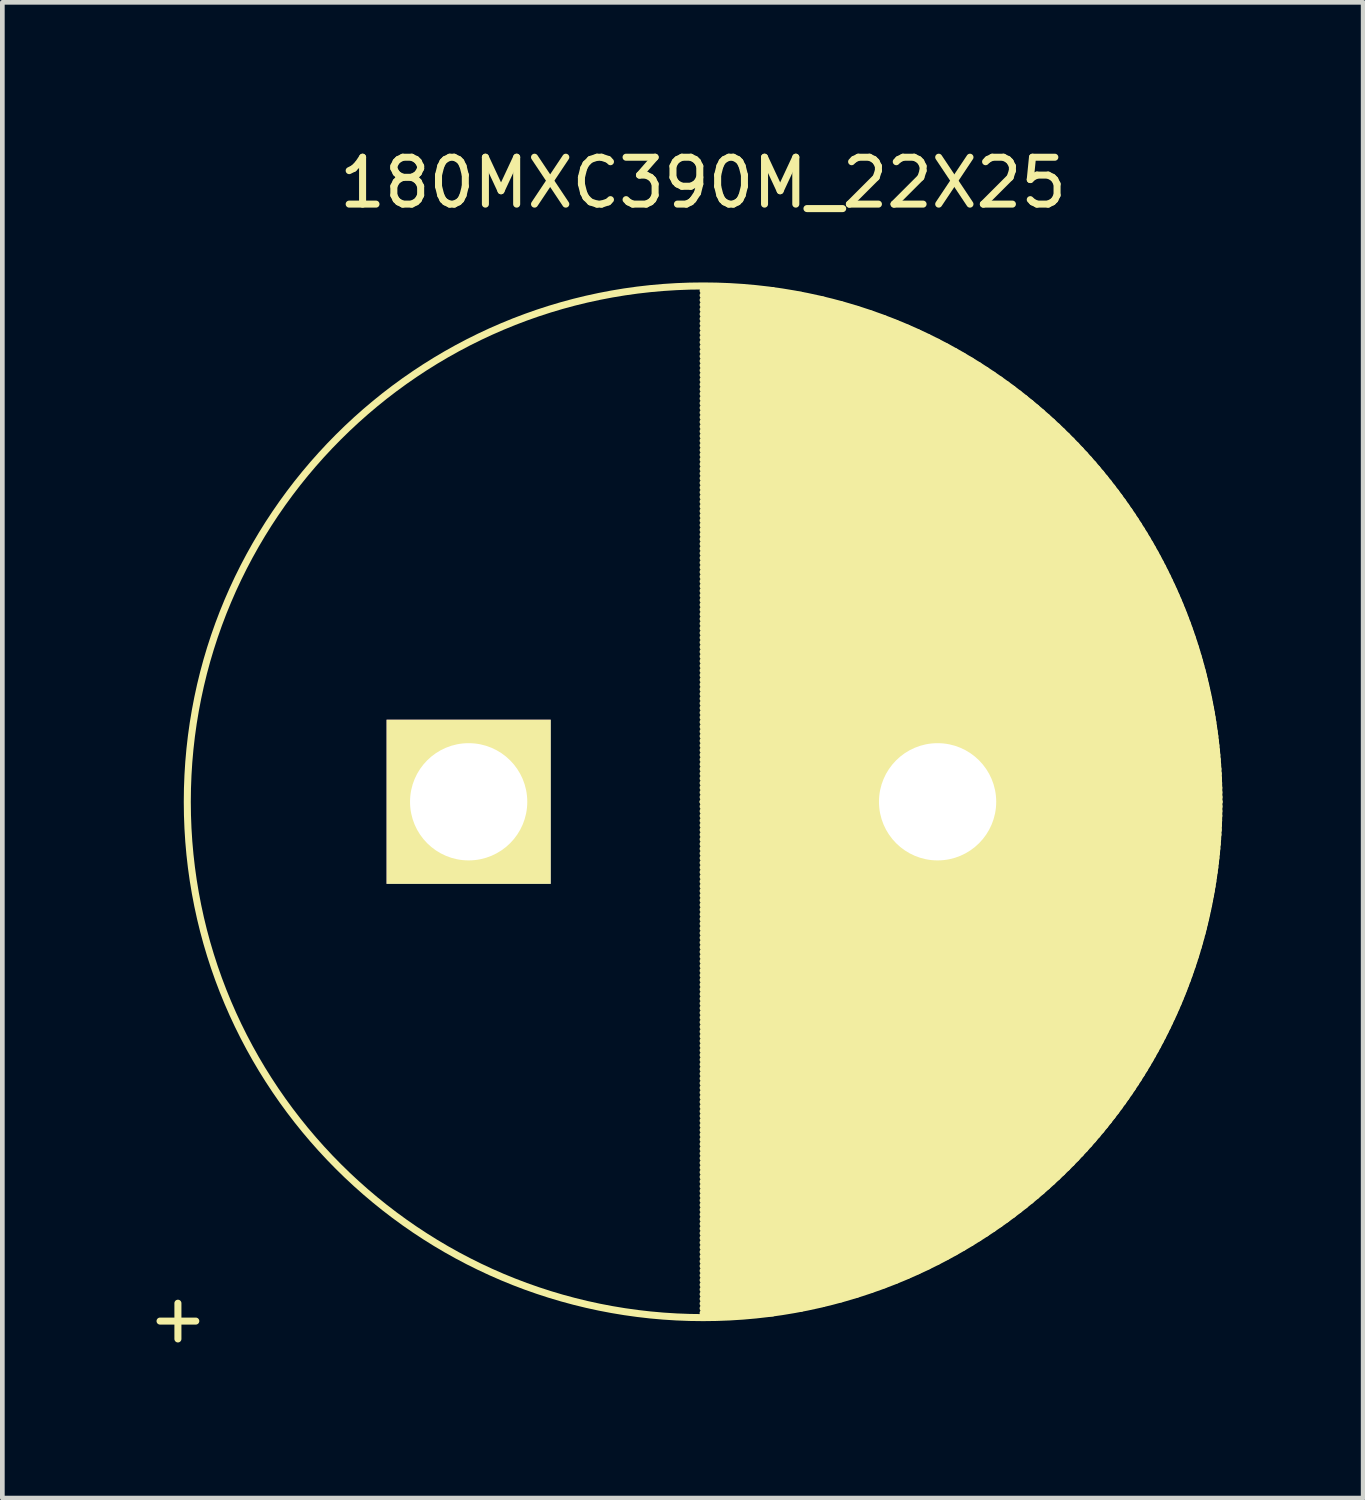
<source format=kicad_pcb>
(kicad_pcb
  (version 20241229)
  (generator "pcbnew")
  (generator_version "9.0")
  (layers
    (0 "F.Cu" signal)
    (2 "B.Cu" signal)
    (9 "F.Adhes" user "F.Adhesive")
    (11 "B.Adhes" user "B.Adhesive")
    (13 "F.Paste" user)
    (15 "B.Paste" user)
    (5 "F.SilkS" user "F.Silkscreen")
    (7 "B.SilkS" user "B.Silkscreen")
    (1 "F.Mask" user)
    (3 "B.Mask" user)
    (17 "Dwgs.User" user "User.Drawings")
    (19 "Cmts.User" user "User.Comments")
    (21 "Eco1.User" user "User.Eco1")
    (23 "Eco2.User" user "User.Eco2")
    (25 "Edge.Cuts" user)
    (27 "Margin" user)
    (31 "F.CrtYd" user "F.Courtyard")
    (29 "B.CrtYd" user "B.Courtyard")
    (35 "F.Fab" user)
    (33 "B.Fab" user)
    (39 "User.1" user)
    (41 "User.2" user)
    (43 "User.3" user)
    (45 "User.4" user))
  (footprint "180MXC390M_22X25"
    (layer "F.Cu")
    (at 6.944 14.048)
    (property "Reference" "180MXC390M_22X25" (at 5 -13.2 0) (layer "F.SilkS") (effects (font (size 1 1) (thickness 0.15))))
    (attr through_hole)
    (fp_line (start 5 -10.9) (end 6.48 -10.9) (stroke (width 0.15) (type solid)) (layer "F.SilkS"))
    (fp_line (start 5 -10.8) (end 7.088 -10.8) (stroke (width 0.15) (type solid)) (layer "F.SilkS"))
    (fp_line (start 5 -10.7) (end 7.551 -10.7) (stroke (width 0.15) (type solid)) (layer "F.SilkS"))
    (fp_line (start 5 -10.6) (end 7.939 -10.6) (stroke (width 0.15) (type solid)) (layer "F.SilkS"))
    (fp_line (start 5 -10.5) (end 8.279 -10.5) (stroke (width 0.15) (type solid)) (layer "F.SilkS"))
    (fp_line (start 5 -10.4) (end 8.583 -10.4) (stroke (width 0.15) (type solid)) (layer "F.SilkS"))
    (fp_line (start 5 -10.3) (end 8.861 -10.3) (stroke (width 0.15) (type solid)) (layer "F.SilkS"))
    (fp_line (start 5 -10.2) (end 9.118 -10.2) (stroke (width 0.15) (type solid)) (layer "F.SilkS"))
    (fp_line (start 5 -10.1) (end 9.358 -10.1) (stroke (width 0.15) (type solid)) (layer "F.SilkS"))
    (fp_line (start 5 -10) (end 9.583 -10) (stroke (width 0.15) (type solid)) (layer "F.SilkS"))
    (fp_line (start 5 -9.9) (end 9.795 -9.9) (stroke (width 0.15) (type solid)) (layer "F.SilkS"))
    (fp_line (start 5 -9.8) (end 9.996 -9.8) (stroke (width 0.15) (type solid)) (layer "F.SilkS"))
    (fp_line (start 5 -9.7) (end 10.187 -9.7) (stroke (width 0.15) (type solid)) (layer "F.SilkS"))
    (fp_line (start 5 -9.6) (end 10.37 -9.6) (stroke (width 0.15) (type solid)) (layer "F.SilkS"))
    (fp_line (start 5 -9.5) (end 10.545 -9.5) (stroke (width 0.15) (type solid)) (layer "F.SilkS"))
    (fp_line (start 5 -9.4) (end 10.713 -9.4) (stroke (width 0.15) (type solid)) (layer "F.SilkS"))
    (fp_line (start 5 -9.3) (end 10.875 -9.3) (stroke (width 0.15) (type solid)) (layer "F.SilkS"))
    (fp_line (start 5 -9.2) (end 11.03 -9.2) (stroke (width 0.15) (type solid)) (layer "F.SilkS"))
    (fp_line (start 5 -9.1) (end 11.18 -9.1) (stroke (width 0.15) (type solid)) (layer "F.SilkS"))
    (fp_line (start 5 -9) (end 11.325 -9) (stroke (width 0.15) (type solid)) (layer "F.SilkS"))
    (fp_line (start 5 -8.9) (end 11.465 -8.9) (stroke (width 0.15) (type solid)) (layer "F.SilkS"))
    (fp_line (start 5 -8.8) (end 11.6 -8.8) (stroke (width 0.15) (type solid)) (layer "F.SilkS"))
    (fp_line (start 5 -8.7) (end 11.731 -8.7) (stroke (width 0.15) (type solid)) (layer "F.SilkS"))
    (fp_line (start 5 -8.6) (end 11.859 -8.6) (stroke (width 0.15) (type solid)) (layer "F.SilkS"))
    (fp_line (start 5 -8.5) (end 11.982 -8.5) (stroke (width 0.15) (type solid)) (layer "F.SilkS"))
    (fp_line (start 5 -8.4) (end 12.102 -8.4) (stroke (width 0.15) (type solid)) (layer "F.SilkS"))
    (fp_line (start 5 -8.3) (end 12.219 -8.3) (stroke (width 0.15) (type solid)) (layer "F.SilkS"))
    (fp_line (start 5 -8.2) (end 12.332 -8.2) (stroke (width 0.15) (type solid)) (layer "F.SilkS"))
    (fp_line (start 5 -8.1) (end 12.442 -8.1) (stroke (width 0.15) (type solid)) (layer "F.SilkS"))
    (fp_line (start 5 -8) (end 12.55 -8) (stroke (width 0.15) (type solid)) (layer "F.SilkS"))
    (fp_line (start 5 -7.9) (end 12.654 -7.9) (stroke (width 0.15) (type solid)) (layer "F.SilkS"))
    (fp_line (start 5 -7.8) (end 12.756 -7.8) (stroke (width 0.15) (type solid)) (layer "F.SilkS"))
    (fp_line (start 5 -7.7) (end 12.856 -7.7) (stroke (width 0.15) (type solid)) (layer "F.SilkS"))
    (fp_line (start 5 -7.6) (end 12.952 -7.6) (stroke (width 0.15) (type solid)) (layer "F.SilkS"))
    (fp_line (start 5 -7.5) (end 13.047 -7.5) (stroke (width 0.15) (type solid)) (layer "F.SilkS"))
    (fp_line (start 5 -7.4) (end 13.139 -7.4) (stroke (width 0.15) (type solid)) (layer "F.SilkS"))
    (fp_line (start 5 -7.3) (end 13.229 -7.3) (stroke (width 0.15) (type solid)) (layer "F.SilkS"))
    (fp_line (start 5 -7.2) (end 13.316 -7.2) (stroke (width 0.15) (type solid)) (layer "F.SilkS"))
    (fp_line (start 5 -7.1) (end 13.402 -7.1) (stroke (width 0.15) (type solid)) (layer "F.SilkS"))
    (fp_line (start 5 -7) (end 13.485 -7) (stroke (width 0.15) (type solid)) (layer "F.SilkS"))
    (fp_line (start 5 -6.9) (end 13.567 -6.9) (stroke (width 0.15) (type solid)) (layer "F.SilkS"))
    (fp_line (start 5 -6.8) (end 13.646 -6.8) (stroke (width 0.15) (type solid)) (layer "F.SilkS"))
    (fp_line (start 5 -6.7) (end 13.724 -6.7) (stroke (width 0.15) (type solid)) (layer "F.SilkS"))
    (fp_line (start 5 -6.6) (end 13.8 -6.6) (stroke (width 0.15) (type solid)) (layer "F.SilkS"))
    (fp_line (start 5 -6.5) (end 13.874 -6.5) (stroke (width 0.15) (type solid)) (layer "F.SilkS"))
    (fp_line (start 5 -6.4) (end 13.947 -6.4) (stroke (width 0.15) (type solid)) (layer "F.SilkS"))
    (fp_line (start 5 -6.3) (end 14.017 -6.3) (stroke (width 0.15) (type solid)) (layer "F.SilkS"))
    (fp_line (start 5 -6.2) (end 14.086 -6.2) (stroke (width 0.15) (type solid)) (layer "F.SilkS"))
    (fp_line (start 5 -6.1) (end 14.154 -6.1) (stroke (width 0.15) (type solid)) (layer "F.SilkS"))
    (fp_line (start 5 -6) (end 14.22 -6) (stroke (width 0.15) (type solid)) (layer "F.SilkS"))
    (fp_line (start 5 -5.9) (end 14.284 -5.9) (stroke (width 0.15) (type solid)) (layer "F.SilkS"))
    (fp_line (start 5 -5.8) (end 14.347 -5.8) (stroke (width 0.15) (type solid)) (layer "F.SilkS"))
    (fp_line (start 5 -5.7) (end 14.408 -5.7) (stroke (width 0.15) (type solid)) (layer "F.SilkS"))
    (fp_line (start 5 -5.6) (end 14.468 -5.6) (stroke (width 0.15) (type solid)) (layer "F.SilkS"))
    (fp_line (start 5 -5.5) (end 14.526 -5.5) (stroke (width 0.15) (type solid)) (layer "F.SilkS"))
    (fp_line (start 5 -5.4) (end 14.583 -5.4) (stroke (width 0.15) (type solid)) (layer "F.SilkS"))
    (fp_line (start 5 -5.3) (end 14.639 -5.3) (stroke (width 0.15) (type solid)) (layer "F.SilkS"))
    (fp_line (start 5 -5.2) (end 14.693 -5.2) (stroke (width 0.15) (type solid)) (layer "F.SilkS"))
    (fp_line (start 5 -5.1) (end 14.746 -5.1) (stroke (width 0.15) (type solid)) (layer "F.SilkS"))
    (fp_line (start 5 -5) (end 14.798 -5) (stroke (width 0.15) (type solid)) (layer "F.SilkS"))
    (fp_line (start 5 -4.9) (end 14.848 -4.9) (stroke (width 0.15) (type solid)) (layer "F.SilkS"))
    (fp_line (start 5 -4.8) (end 14.897 -4.8) (stroke (width 0.15) (type solid)) (layer "F.SilkS"))
    (fp_line (start 5 -4.7) (end 14.945 -4.7) (stroke (width 0.15) (type solid)) (layer "F.SilkS"))
    (fp_line (start 5 -4.6) (end 14.992 -4.6) (stroke (width 0.15) (type solid)) (layer "F.SilkS"))
    (fp_line (start 5 -4.5) (end 15.037 -4.5) (stroke (width 0.15) (type solid)) (layer "F.SilkS"))
    (fp_line (start 5 -4.4) (end 15.082 -4.4) (stroke (width 0.15) (type solid)) (layer "F.SilkS"))
    (fp_line (start 5 -4.3) (end 15.125 -4.3) (stroke (width 0.15) (type solid)) (layer "F.SilkS"))
    (fp_line (start 5 -4.2) (end 15.167 -4.2) (stroke (width 0.15) (type solid)) (layer "F.SilkS"))
    (fp_line (start 5 -4.1) (end 15.207 -4.1) (stroke (width 0.15) (type solid)) (layer "F.SilkS"))
    (fp_line (start 5 -4) (end 15.247 -4) (stroke (width 0.15) (type solid)) (layer "F.SilkS"))
    (fp_line (start 5 -3.9) (end 15.285 -3.9) (stroke (width 0.15) (type solid)) (layer "F.SilkS"))
    (fp_line (start 5 -3.8) (end 15.323 -3.8) (stroke (width 0.15) (type solid)) (layer "F.SilkS"))
    (fp_line (start 5 -3.7) (end 15.359 -3.7) (stroke (width 0.15) (type solid)) (layer "F.SilkS"))
    (fp_line (start 5 -3.6) (end 15.394 -3.6) (stroke (width 0.15) (type solid)) (layer "F.SilkS"))
    (fp_line (start 5 -3.5) (end 15.428 -3.5) (stroke (width 0.15) (type solid)) (layer "F.SilkS"))
    (fp_line (start 5 -3.4) (end 15.461 -3.4) (stroke (width 0.15) (type solid)) (layer "F.SilkS"))
    (fp_line (start 5 -3.3) (end 15.493 -3.3) (stroke (width 0.15) (type solid)) (layer "F.SilkS"))
    (fp_line (start 5 -3.2) (end 15.524 -3.2) (stroke (width 0.15) (type solid)) (layer "F.SilkS"))
    (fp_line (start 5 -3.1) (end 15.554 -3.1) (stroke (width 0.15) (type solid)) (layer "F.SilkS"))
    (fp_line (start 5 -3) (end 15.583 -3) (stroke (width 0.15) (type solid)) (layer "F.SilkS"))
    (fp_line (start 5 -2.9) (end 15.611 -2.9) (stroke (width 0.15) (type solid)) (layer "F.SilkS"))
    (fp_line (start 5 -2.8) (end 15.638 -2.8) (stroke (width 0.15) (type solid)) (layer "F.SilkS"))
    (fp_line (start 5 -2.7) (end 15.663 -2.7) (stroke (width 0.15) (type solid)) (layer "F.SilkS"))
    (fp_line (start 5 -2.6) (end 15.688 -2.6) (stroke (width 0.15) (type solid)) (layer "F.SilkS"))
    (fp_line (start 5 -2.5) (end 15.712 -2.5) (stroke (width 0.15) (type solid)) (layer "F.SilkS"))
    (fp_line (start 5 -2.4) (end 15.735 -2.4) (stroke (width 0.15) (type solid)) (layer "F.SilkS"))
    (fp_line (start 5 -2.3) (end 15.757 -2.3) (stroke (width 0.15) (type solid)) (layer "F.SilkS"))
    (fp_line (start 5 -2.2) (end 15.778 -2.2) (stroke (width 0.15) (type solid)) (layer "F.SilkS"))
    (fp_line (start 5 -2.1) (end 15.798 -2.1) (stroke (width 0.15) (type solid)) (layer "F.SilkS"))
    (fp_line (start 5 -2) (end 15.817 -2) (stroke (width 0.15) (type solid)) (layer "F.SilkS"))
    (fp_line (start 5 -1.9) (end 15.835 -1.9) (stroke (width 0.15) (type solid)) (layer "F.SilkS"))
    (fp_line (start 5 -1.8) (end 15.852 -1.8) (stroke (width 0.15) (type solid)) (layer "F.SilkS"))
    (fp_line (start 5 -1.7) (end 15.868 -1.7) (stroke (width 0.15) (type solid)) (layer "F.SilkS"))
    (fp_line (start 5 -1.6) (end 15.883 -1.6) (stroke (width 0.15) (type solid)) (layer "F.SilkS"))
    (fp_line (start 5 -1.5) (end 15.897 -1.5) (stroke (width 0.15) (type solid)) (layer "F.SilkS"))
    (fp_line (start 5 -1.4) (end 15.911 -1.4) (stroke (width 0.15) (type solid)) (layer "F.SilkS"))
    (fp_line (start 5 -1.3) (end 15.923 -1.3) (stroke (width 0.15) (type solid)) (layer "F.SilkS"))
    (fp_line (start 5 -1.2) (end 15.934 -1.2) (stroke (width 0.15) (type solid)) (layer "F.SilkS"))
    (fp_line (start 5 -1.1) (end 15.945 -1.1) (stroke (width 0.15) (type solid)) (layer "F.SilkS"))
    (fp_line (start 5 -1) (end 15.954 -1) (stroke (width 0.15) (type solid)) (layer "F.SilkS"))
    (fp_line (start 5 -0.9) (end 15.963 -0.9) (stroke (width 0.15) (type solid)) (layer "F.SilkS"))
    (fp_line (start 5 -0.8) (end 15.971 -0.8) (stroke (width 0.15) (type solid)) (layer "F.SilkS"))
    (fp_line (start 5 -0.7) (end 15.978 -0.7) (stroke (width 0.15) (type solid)) (layer "F.SilkS"))
    (fp_line (start 5 -0.6) (end 15.984 -0.6) (stroke (width 0.15) (type solid)) (layer "F.SilkS"))
    (fp_line (start 5 -0.5) (end 15.989 -0.5) (stroke (width 0.15) (type solid)) (layer "F.SilkS"))
    (fp_line (start 5 -0.4) (end 15.993 -0.4) (stroke (width 0.15) (type solid)) (layer "F.SilkS"))
    (fp_line (start 5 -0.3) (end 15.996 -0.3) (stroke (width 0.15) (type solid)) (layer "F.SilkS"))
    (fp_line (start 5 -0.2) (end 15.998 -0.2) (stroke (width 0.15) (type solid)) (layer "F.SilkS"))
    (fp_line (start 5 -0.1) (end 16 -0.1) (stroke (width 0.15) (type solid)) (layer "F.SilkS"))
    (fp_line (start 5 0) (end 16 0) (stroke (width 0.15) (type solid)) (layer "F.SilkS"))
    (fp_line (start 5 0) (end 16 0) (stroke (width 0.15) (type solid)) (layer "F.SilkS"))
    (fp_line (start 5 0.1) (end 16 0.1) (stroke (width 0.15) (type solid)) (layer "F.SilkS"))
    (fp_line (start 5 0.2) (end 15.998 0.2) (stroke (width 0.15) (type solid)) (layer "F.SilkS"))
    (fp_line (start 5 0.3) (end 15.996 0.3) (stroke (width 0.15) (type solid)) (layer "F.SilkS"))
    (fp_line (start 5 0.4) (end 15.993 0.4) (stroke (width 0.15) (type solid)) (layer "F.SilkS"))
    (fp_line (start 5 0.5) (end 15.989 0.5) (stroke (width 0.15) (type solid)) (layer "F.SilkS"))
    (fp_line (start 5 0.6) (end 15.984 0.6) (stroke (width 0.15) (type solid)) (layer "F.SilkS"))
    (fp_line (start 5 0.7) (end 15.978 0.7) (stroke (width 0.15) (type solid)) (layer "F.SilkS"))
    (fp_line (start 5 0.8) (end 15.971 0.8) (stroke (width 0.15) (type solid)) (layer "F.SilkS"))
    (fp_line (start 5 0.9) (end 15.963 0.9) (stroke (width 0.15) (type solid)) (layer "F.SilkS"))
    (fp_line (start 5 1) (end 15.954 1) (stroke (width 0.15) (type solid)) (layer "F.SilkS"))
    (fp_line (start 5 1.1) (end 15.945 1.1) (stroke (width 0.15) (type solid)) (layer "F.SilkS"))
    (fp_line (start 5 1.2) (end 15.934 1.2) (stroke (width 0.15) (type solid)) (layer "F.SilkS"))
    (fp_line (start 5 1.3) (end 15.923 1.3) (stroke (width 0.15) (type solid)) (layer "F.SilkS"))
    (fp_line (start 5 1.4) (end 15.911 1.4) (stroke (width 0.15) (type solid)) (layer "F.SilkS"))
    (fp_line (start 5 1.5) (end 15.897 1.5) (stroke (width 0.15) (type solid)) (layer "F.SilkS"))
    (fp_line (start 5 1.6) (end 15.883 1.6) (stroke (width 0.15) (type solid)) (layer "F.SilkS"))
    (fp_line (start 5 1.7) (end 15.868 1.7) (stroke (width 0.15) (type solid)) (layer "F.SilkS"))
    (fp_line (start 5 1.8) (end 15.852 1.8) (stroke (width 0.15) (type solid)) (layer "F.SilkS"))
    (fp_line (start 5 1.9) (end 15.835 1.9) (stroke (width 0.15) (type solid)) (layer "F.SilkS"))
    (fp_line (start 5 2) (end 15.817 2) (stroke (width 0.15) (type solid)) (layer "F.SilkS"))
    (fp_line (start 5 2.1) (end 15.798 2.1) (stroke (width 0.15) (type solid)) (layer "F.SilkS"))
    (fp_line (start 5 2.2) (end 15.778 2.2) (stroke (width 0.15) (type solid)) (layer "F.SilkS"))
    (fp_line (start 5 2.3) (end 15.757 2.3) (stroke (width 0.15) (type solid)) (layer "F.SilkS"))
    (fp_line (start 5 2.4) (end 15.735 2.4) (stroke (width 0.15) (type solid)) (layer "F.SilkS"))
    (fp_line (start 5 2.5) (end 15.712 2.5) (stroke (width 0.15) (type solid)) (layer "F.SilkS"))
    (fp_line (start 5 2.6) (end 15.688 2.6) (stroke (width 0.15) (type solid)) (layer "F.SilkS"))
    (fp_line (start 5 2.7) (end 15.663 2.7) (stroke (width 0.15) (type solid)) (layer "F.SilkS"))
    (fp_line (start 5 2.8) (end 15.638 2.8) (stroke (width 0.15) (type solid)) (layer "F.SilkS"))
    (fp_line (start 5 2.9) (end 15.611 2.9) (stroke (width 0.15) (type solid)) (layer "F.SilkS"))
    (fp_line (start 5 3) (end 15.583 3) (stroke (width 0.15) (type solid)) (layer "F.SilkS"))
    (fp_line (start 5 3.1) (end 15.554 3.1) (stroke (width 0.15) (type solid)) (layer "F.SilkS"))
    (fp_line (start 5 3.2) (end 15.524 3.2) (stroke (width 0.15) (type solid)) (layer "F.SilkS"))
    (fp_line (start 5 3.3) (end 15.493 3.3) (stroke (width 0.15) (type solid)) (layer "F.SilkS"))
    (fp_line (start 5 3.4) (end 15.461 3.4) (stroke (width 0.15) (type solid)) (layer "F.SilkS"))
    (fp_line (start 5 3.5) (end 15.428 3.5) (stroke (width 0.15) (type solid)) (layer "F.SilkS"))
    (fp_line (start 5 3.6) (end 15.394 3.6) (stroke (width 0.15) (type solid)) (layer "F.SilkS"))
    (fp_line (start 5 3.7) (end 15.359 3.7) (stroke (width 0.15) (type solid)) (layer "F.SilkS"))
    (fp_line (start 5 3.8) (end 15.323 3.8) (stroke (width 0.15) (type solid)) (layer "F.SilkS"))
    (fp_line (start 5 3.9) (end 15.285 3.9) (stroke (width 0.15) (type solid)) (layer "F.SilkS"))
    (fp_line (start 5 4) (end 15.247 4) (stroke (width 0.15) (type solid)) (layer "F.SilkS"))
    (fp_line (start 5 4.1) (end 15.207 4.1) (stroke (width 0.15) (type solid)) (layer "F.SilkS"))
    (fp_line (start 5 4.2) (end 15.167 4.2) (stroke (width 0.15) (type solid)) (layer "F.SilkS"))
    (fp_line (start 5 4.3) (end 15.125 4.3) (stroke (width 0.15) (type solid)) (layer "F.SilkS"))
    (fp_line (start 5 4.4) (end 15.082 4.4) (stroke (width 0.15) (type solid)) (layer "F.SilkS"))
    (fp_line (start 5 4.5) (end 15.037 4.5) (stroke (width 0.15) (type solid)) (layer "F.SilkS"))
    (fp_line (start 5 4.6) (end 14.992 4.6) (stroke (width 0.15) (type solid)) (layer "F.SilkS"))
    (fp_line (start 5 4.7) (end 14.945 4.7) (stroke (width 0.15) (type solid)) (layer "F.SilkS"))
    (fp_line (start 5 4.8) (end 14.897 4.8) (stroke (width 0.15) (type solid)) (layer "F.SilkS"))
    (fp_line (start 5 4.9) (end 14.848 4.9) (stroke (width 0.15) (type solid)) (layer "F.SilkS"))
    (fp_line (start 5 5) (end 14.798 5) (stroke (width 0.15) (type solid)) (layer "F.SilkS"))
    (fp_line (start 5 5.1) (end 14.746 5.1) (stroke (width 0.15) (type solid)) (layer "F.SilkS"))
    (fp_line (start 5 5.2) (end 14.693 5.2) (stroke (width 0.15) (type solid)) (layer "F.SilkS"))
    (fp_line (start 5 5.3) (end 14.639 5.3) (stroke (width 0.15) (type solid)) (layer "F.SilkS"))
    (fp_line (start 5 5.4) (end 14.583 5.4) (stroke (width 0.15) (type solid)) (layer "F.SilkS"))
    (fp_line (start 5 5.5) (end 14.526 5.5) (stroke (width 0.15) (type solid)) (layer "F.SilkS"))
    (fp_line (start 5 5.6) (end 14.468 5.6) (stroke (width 0.15) (type solid)) (layer "F.SilkS"))
    (fp_line (start 5 5.7) (end 14.408 5.7) (stroke (width 0.15) (type solid)) (layer "F.SilkS"))
    (fp_line (start 5 5.8) (end 14.347 5.8) (stroke (width 0.15) (type solid)) (layer "F.SilkS"))
    (fp_line (start 5 5.9) (end 14.284 5.9) (stroke (width 0.15) (type solid)) (layer "F.SilkS"))
    (fp_line (start 5 6) (end 14.22 6) (stroke (width 0.15) (type solid)) (layer "F.SilkS"))
    (fp_line (start 5 6.1) (end 14.154 6.1) (stroke (width 0.15) (type solid)) (layer "F.SilkS"))
    (fp_line (start 5 6.2) (end 14.086 6.2) (stroke (width 0.15) (type solid)) (layer "F.SilkS"))
    (fp_line (start 5 6.3) (end 14.017 6.3) (stroke (width 0.15) (type solid)) (layer "F.SilkS"))
    (fp_line (start 5 6.4) (end 13.947 6.4) (stroke (width 0.15) (type solid)) (layer "F.SilkS"))
    (fp_line (start 5 6.5) (end 13.874 6.5) (stroke (width 0.15) (type solid)) (layer "F.SilkS"))
    (fp_line (start 5 6.6) (end 13.8 6.6) (stroke (width 0.15) (type solid)) (layer "F.SilkS"))
    (fp_line (start 5 6.7) (end 13.724 6.7) (stroke (width 0.15) (type solid)) (layer "F.SilkS"))
    (fp_line (start 5 6.8) (end 13.646 6.8) (stroke (width 0.15) (type solid)) (layer "F.SilkS"))
    (fp_line (start 5 6.9) (end 13.567 6.9) (stroke (width 0.15) (type solid)) (layer "F.SilkS"))
    (fp_line (start 5 7) (end 13.485 7) (stroke (width 0.15) (type solid)) (layer "F.SilkS"))
    (fp_line (start 5 7.1) (end 13.402 7.1) (stroke (width 0.15) (type solid)) (layer "F.SilkS"))
    (fp_line (start 5 7.2) (end 13.316 7.2) (stroke (width 0.15) (type solid)) (layer "F.SilkS"))
    (fp_line (start 5 7.3) (end 13.229 7.3) (stroke (width 0.15) (type solid)) (layer "F.SilkS"))
    (fp_line (start 5 7.4) (end 13.139 7.4) (stroke (width 0.15) (type solid)) (layer "F.SilkS"))
    (fp_line (start 5 7.5) (end 13.047 7.5) (stroke (width 0.15) (type solid)) (layer "F.SilkS"))
    (fp_line (start 5 7.6) (end 12.952 7.6) (stroke (width 0.15) (type solid)) (layer "F.SilkS"))
    (fp_line (start 5 7.7) (end 12.856 7.7) (stroke (width 0.15) (type solid)) (layer "F.SilkS"))
    (fp_line (start 5 7.8) (end 12.756 7.8) (stroke (width 0.15) (type solid)) (layer "F.SilkS"))
    (fp_line (start 5 7.9) (end 12.654 7.9) (stroke (width 0.15) (type solid)) (layer "F.SilkS"))
    (fp_line (start 5 8) (end 12.55 8) (stroke (width 0.15) (type solid)) (layer "F.SilkS"))
    (fp_line (start 5 8.1) (end 12.442 8.1) (stroke (width 0.15) (type solid)) (layer "F.SilkS"))
    (fp_line (start 5 8.2) (end 12.332 8.2) (stroke (width 0.15) (type solid)) (layer "F.SilkS"))
    (fp_line (start 5 8.3) (end 12.219 8.3) (stroke (width 0.15) (type solid)) (layer "F.SilkS"))
    (fp_line (start 5 8.4) (end 12.102 8.4) (stroke (width 0.15) (type solid)) (layer "F.SilkS"))
    (fp_line (start 5 8.5) (end 11.982 8.5) (stroke (width 0.15) (type solid)) (layer "F.SilkS"))
    (fp_line (start 5 8.6) (end 11.859 8.6) (stroke (width 0.15) (type solid)) (layer "F.SilkS"))
    (fp_line (start 5 8.7) (end 11.731 8.7) (stroke (width 0.15) (type solid)) (layer "F.SilkS"))
    (fp_line (start 5 8.8) (end 11.6 8.8) (stroke (width 0.15) (type solid)) (layer "F.SilkS"))
    (fp_line (start 5 8.9) (end 11.465 8.9) (stroke (width 0.15) (type solid)) (layer "F.SilkS"))
    (fp_line (start 5 9) (end 11.325 9) (stroke (width 0.15) (type solid)) (layer "F.SilkS"))
    (fp_line (start 5 9.1) (end 11.18 9.1) (stroke (width 0.15) (type solid)) (layer "F.SilkS"))
    (fp_line (start 5 9.2) (end 11.03 9.2) (stroke (width 0.15) (type solid)) (layer "F.SilkS"))
    (fp_line (start 5 9.3) (end 10.875 9.3) (stroke (width 0.15) (type solid)) (layer "F.SilkS"))
    (fp_line (start 5 9.4) (end 10.713 9.4) (stroke (width 0.15) (type solid)) (layer "F.SilkS"))
    (fp_line (start 5 9.5) (end 10.545 9.5) (stroke (width 0.15) (type solid)) (layer "F.SilkS"))
    (fp_line (start 5 9.6) (end 10.37 9.6) (stroke (width 0.15) (type solid)) (layer "F.SilkS"))
    (fp_line (start 5 9.7) (end 10.187 9.7) (stroke (width 0.15) (type solid)) (layer "F.SilkS"))
    (fp_line (start 5 9.8) (end 9.996 9.8) (stroke (width 0.15) (type solid)) (layer "F.SilkS"))
    (fp_line (start 5 9.9) (end 9.795 9.9) (stroke (width 0.15) (type solid)) (layer "F.SilkS"))
    (fp_line (start 5 10) (end 9.583 10) (stroke (width 0.15) (type solid)) (layer "F.SilkS"))
    (fp_line (start 5 10.1) (end 9.358 10.1) (stroke (width 0.15) (type solid)) (layer "F.SilkS"))
    (fp_line (start 5 10.2) (end 9.118 10.2) (stroke (width 0.15) (type solid)) (layer "F.SilkS"))
    (fp_line (start 5 10.3) (end 8.861 10.3) (stroke (width 0.15) (type solid)) (layer "F.SilkS"))
    (fp_line (start 5 10.4) (end 8.583 10.4) (stroke (width 0.15) (type solid)) (layer "F.SilkS"))
    (fp_line (start 5 10.5) (end 8.279 10.5) (stroke (width 0.15) (type solid)) (layer "F.SilkS"))
    (fp_line (start 5 10.6) (end 7.939 10.6) (stroke (width 0.15) (type solid)) (layer "F.SilkS"))
    (fp_line (start 5 10.7) (end 7.551 10.7) (stroke (width 0.15) (type solid)) (layer "F.SilkS"))
    (fp_line (start 5 10.8) (end 7.088 10.8) (stroke (width 0.15) (type solid)) (layer "F.SilkS"))
    (fp_line (start 5 10.9) (end 6.48 10.9) (stroke (width 0.15) (type solid)) (layer "F.SilkS"))
    (fp_circle (center 5 0) (end 5 -11) (stroke (width 0.15) (type solid)) (fill no) (layer "F.SilkS"))
    (fp_text user "+" (at -6.2 11 0) (layer "F.SilkS") (effects (font (size 1 1) (thickness 0.15))))
    (pad "1" thru_hole rect (at 0 0) (size 3.5 3.5) (drill 2.5) (layers "*.Cu" "*.Mask" "F.SilkS"))
    (pad "2" thru_hole circle (at 10 0) (size 3.5 3.5) (drill 2.5) (layers "*.Cu" "*.Mask" "F.SilkS")))
  (gr_rect
    (start -3 -3)
    (end 26.019 28.896)
    (stroke (width 0.1) (type default))
    (fill no)
    (layer "Edge.Cuts")))
</source>
